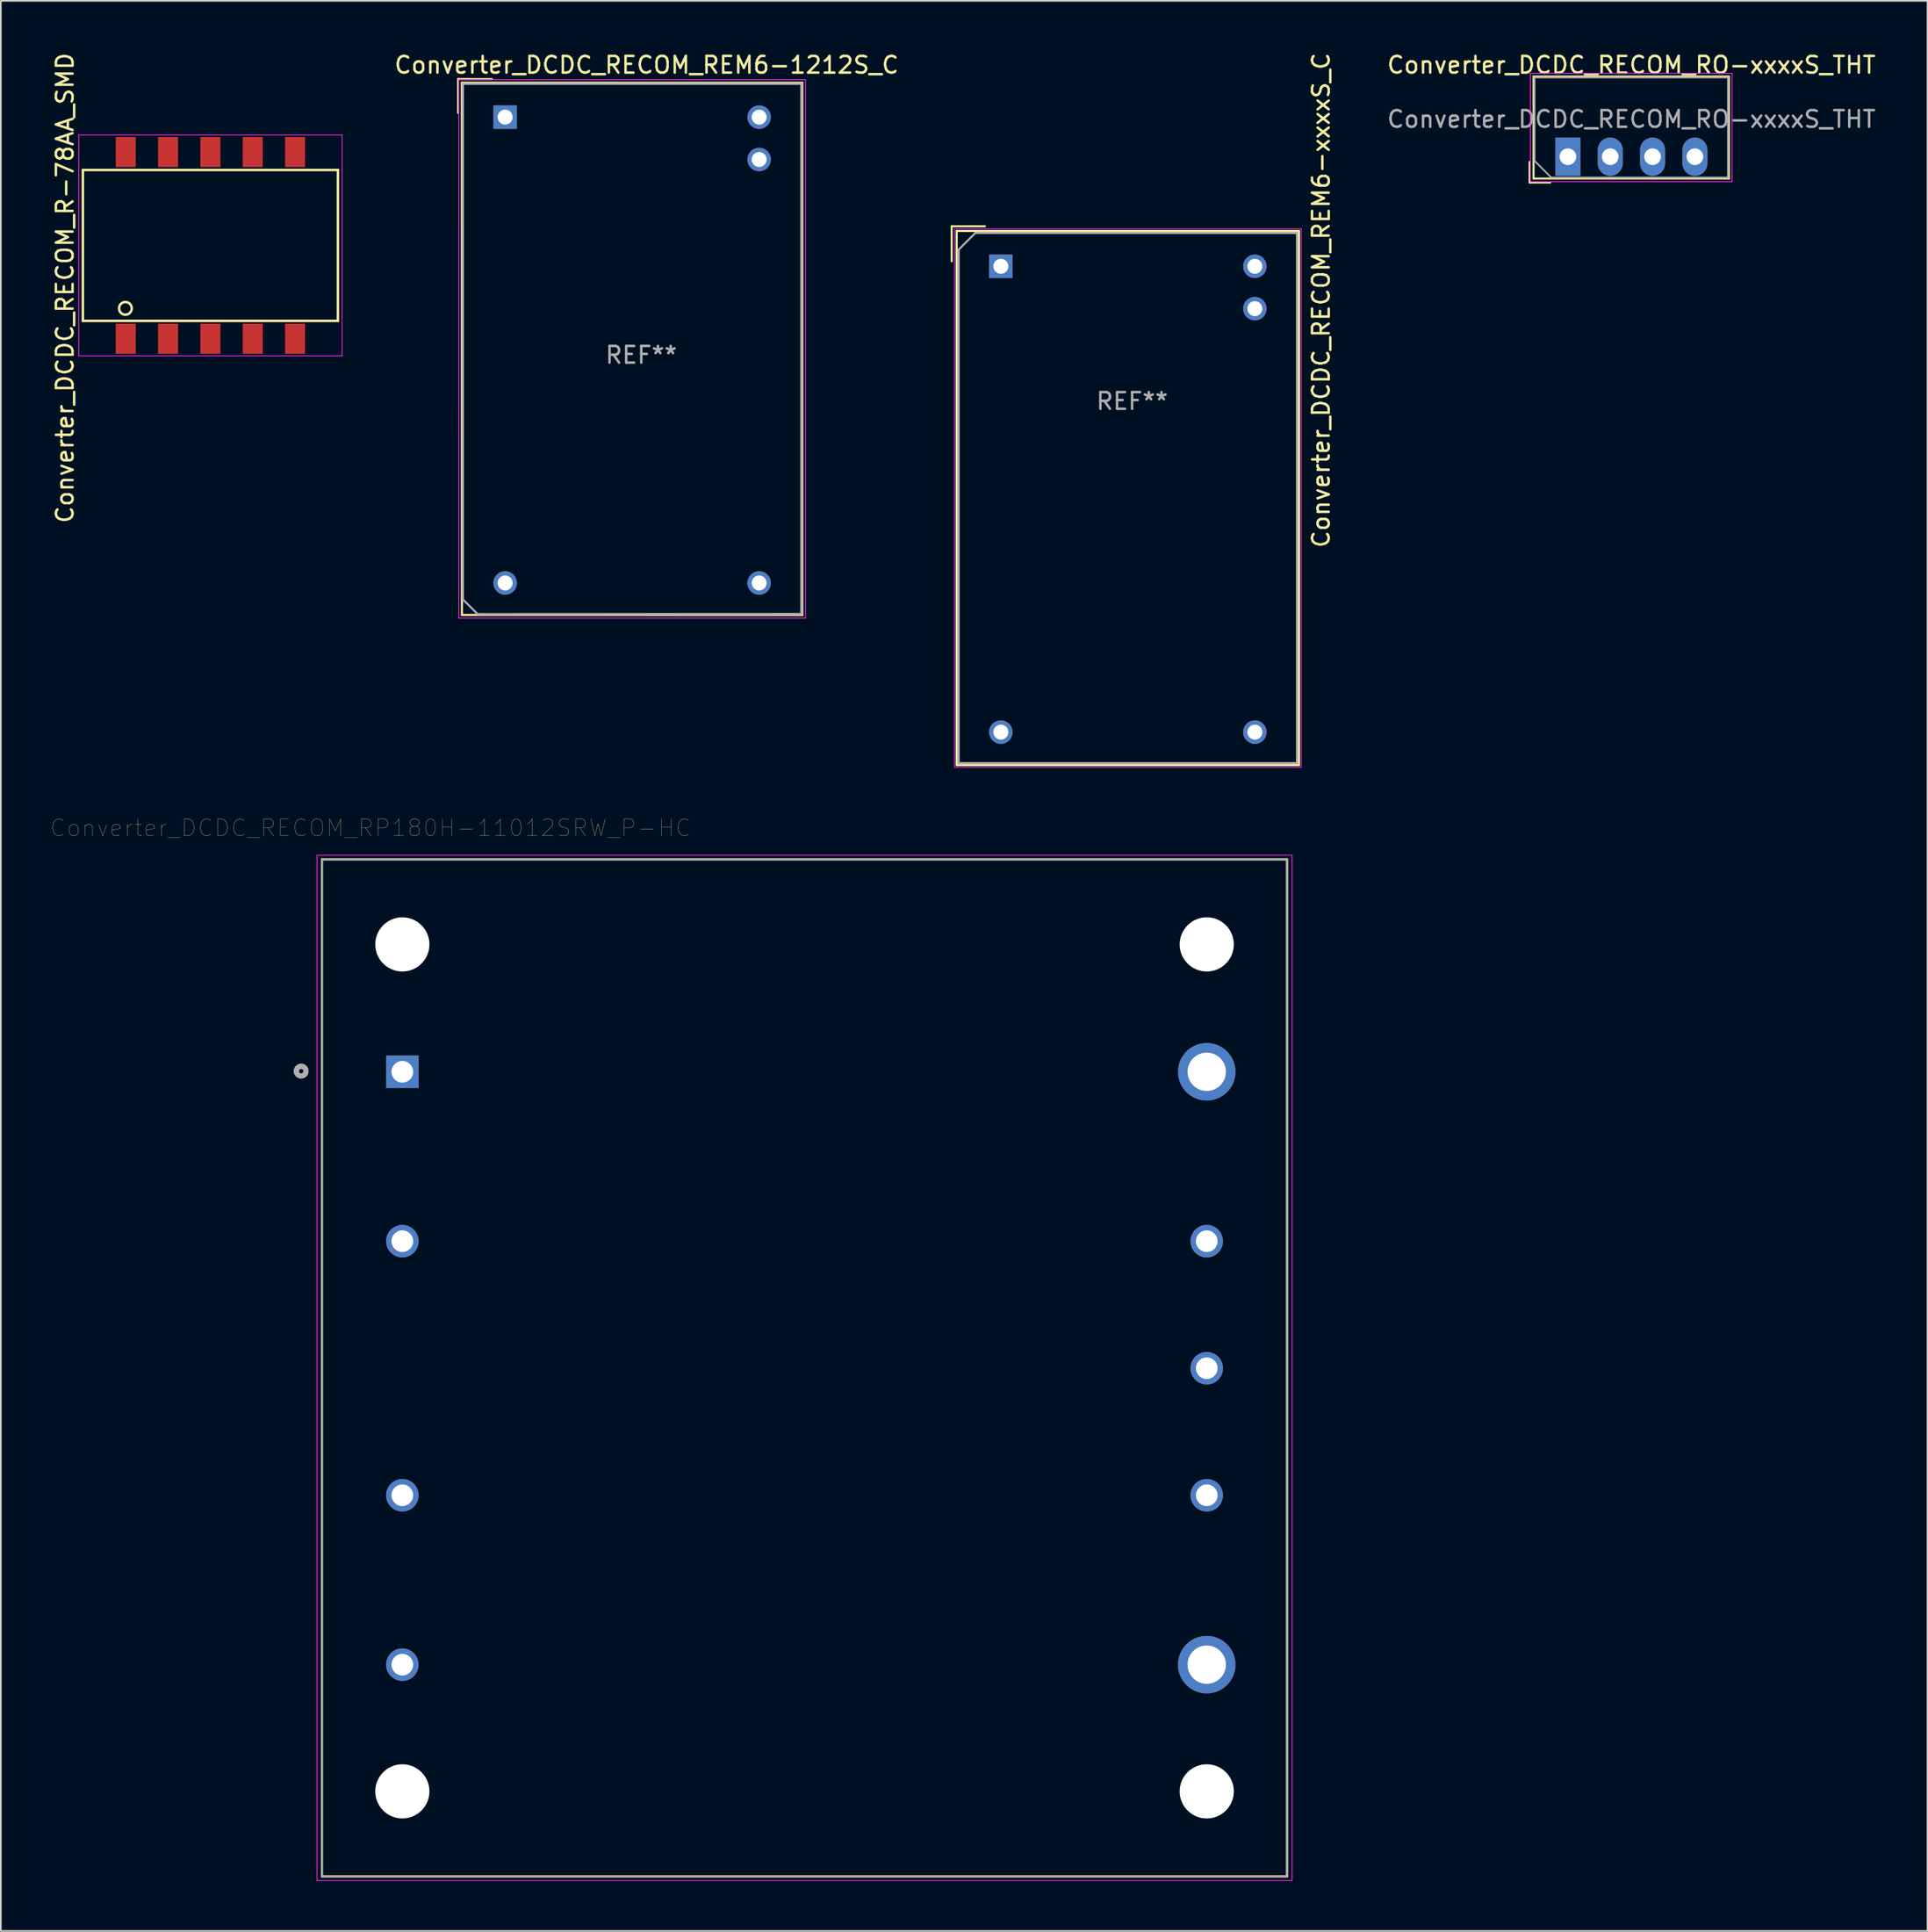
<source format=kicad_pcb>
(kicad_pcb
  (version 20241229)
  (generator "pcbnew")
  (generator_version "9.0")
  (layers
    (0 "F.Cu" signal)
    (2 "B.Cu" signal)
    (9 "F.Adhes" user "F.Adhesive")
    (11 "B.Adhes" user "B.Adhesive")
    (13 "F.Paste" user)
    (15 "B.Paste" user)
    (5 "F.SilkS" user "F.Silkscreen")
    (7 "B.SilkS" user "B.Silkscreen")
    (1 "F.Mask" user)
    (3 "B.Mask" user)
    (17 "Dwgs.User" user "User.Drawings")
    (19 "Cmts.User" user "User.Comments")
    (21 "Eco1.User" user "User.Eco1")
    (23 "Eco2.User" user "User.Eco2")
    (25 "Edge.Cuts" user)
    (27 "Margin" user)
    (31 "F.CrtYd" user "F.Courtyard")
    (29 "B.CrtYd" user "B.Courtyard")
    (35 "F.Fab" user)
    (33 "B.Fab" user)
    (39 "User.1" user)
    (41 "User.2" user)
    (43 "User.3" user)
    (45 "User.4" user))
  (footprint "Converter_DCDC_RECOM_RP180H-11012SRW_P-HC"
    (layer "F.Cu")
    (at 45.219 78.995)
    (property "Reference" "Converter_DCDC_RECOM_RP180H-11012SRW_P-HC" (at -26.035 -32.385 0) (layer "F.SilkS") (effects (font (size 1 1) (thickness 0.015))))
    (attr through_hole)
    (fp_line (start -28.95 -30.5) (end -28.95 30.5) (stroke (width 0.127) (type solid)) (layer "F.SilkS"))
    (fp_line (start -28.95 30.5) (end 28.95 30.5) (stroke (width 0.127) (type solid)) (layer "F.SilkS"))
    (fp_line (start 28.95 -30.5) (end -28.95 -30.5) (stroke (width 0.127) (type solid)) (layer "F.SilkS"))
    (fp_line (start 28.95 30.5) (end 28.95 -30.5) (stroke (width 0.127) (type solid)) (layer "F.SilkS"))
    (fp_circle (center -30.2 -17.8) (end -30.059 -17.8) (stroke (width 0.3) (type solid)) (fill no) (layer "F.SilkS"))
    (fp_line (start -29.25 -30.75) (end 29.25 -30.75) (stroke (width 0.05) (type solid)) (layer "F.CrtYd"))
    (fp_line (start -29.25 30.75) (end -29.25 -30.75) (stroke (width 0.05) (type solid)) (layer "F.CrtYd"))
    (fp_line (start 29.25 -30.75) (end 29.25 30.75) (stroke (width 0.05) (type solid)) (layer "F.CrtYd"))
    (fp_line (start 29.25 30.75) (end -29.25 30.75) (stroke (width 0.05) (type solid)) (layer "F.CrtYd"))
    (fp_line (start -28.95 -30.5) (end -28.95 30.5) (stroke (width 0.127) (type solid)) (layer "F.Fab"))
    (fp_line (start -28.95 30.5) (end 28.95 30.5) (stroke (width 0.127) (type solid)) (layer "F.Fab"))
    (fp_line (start 28.95 -30.5) (end -28.95 -30.5) (stroke (width 0.127) (type solid)) (layer "F.Fab"))
    (fp_line (start 28.95 30.5) (end 28.95 -30.5) (stroke (width 0.127) (type solid)) (layer "F.Fab"))
    (fp_circle (center -30.2 -17.8) (end -30.059 -17.8) (stroke (width 0.3) (type solid)) (fill no) (layer "F.Fab"))
    (pad "" np_thru_hole circle (at -24.13 -25.4) (size 3.25 3.25) (drill 3.25) (layers "*.Cu" "*.Mask"))
    (pad "" np_thru_hole circle (at -24.13 25.4) (size 3.25 3.25) (drill 3.25) (layers "*.Cu" "*.Mask"))
    (pad "" np_thru_hole circle (at 24.13 -25.4) (size 3.25 3.25) (drill 3.25) (layers "*.Cu" "*.Mask"))
    (pad "" np_thru_hole circle (at 24.13 25.4) (size 3.25 3.25) (drill 3.25) (layers "*.Cu" "*.Mask"))
    (pad "1" thru_hole rect (at -24.13 -17.76) (size 1.95 1.95) (drill 1.3) (layers "*.Cu" "*.Mask"))
    (pad "2" thru_hole circle (at -24.13 -7.6) (size 1.95 1.95) (drill 1.3) (layers "*.Cu" "*.Mask"))
    (pad "3" thru_hole circle (at -24.13 7.64) (size 1.95 1.95) (drill 1.3) (layers "*.Cu" "*.Mask"))
    (pad "4" thru_hole circle (at -24.13 17.8) (size 1.95 1.95) (drill 1.3) (layers "*.Cu" "*.Mask"))
    (pad "5" thru_hole circle (at 24.13 17.8) (size 3.45 3.45) (drill 2.3) (layers "*.Cu" "*.Mask"))
    (pad "6" thru_hole circle (at 24.13 7.64) (size 1.95 1.95) (drill 1.3) (layers "*.Cu" "*.Mask"))
    (pad "7" thru_hole circle (at 24.13 0.02) (size 1.95 1.95) (drill 1.3) (layers "*.Cu" "*.Mask"))
    (pad "8" thru_hole circle (at 24.13 -7.6) (size 1.95 1.95) (drill 1.3) (layers "*.Cu" "*.Mask"))
    (pad "9" thru_hole circle (at 24.13 -17.76) (size 3.45 3.45) (drill 2.3) (layers "*.Cu" "*.Mask")))
  (footprint "Converter_DCDC_RECOM_R-78AA_SMD"
    (layer "F.Cu")
    (at 9.573 11.67)
    (property "Reference" "Converter_DCDC_RECOM_R-78AA_SMD" (at -8.725 2.55 90) (layer "F.SilkS") (effects (font (size 1 1) (thickness 0.15))))
    (attr smd)
    (fp_line (start -7.65 -4.525) (end 7.65 -4.525) (stroke (width 0.15) (type solid)) (layer "F.SilkS"))
    (fp_line (start -7.65 4.525) (end -7.65 -4.525) (stroke (width 0.15) (type solid)) (layer "F.SilkS"))
    (fp_line (start -7.65 4.525) (end 7.65 4.525) (stroke (width 0.15) (type solid)) (layer "F.SilkS"))
    (fp_line (start 7.65 4.525) (end 7.65 -4.525) (stroke (width 0.15) (type solid)) (layer "F.SilkS"))
    (fp_circle (center -5.1 3.775) (end -4.719 3.775) (stroke (width 0.15) (type solid)) (fill no) (layer "F.SilkS"))
    (fp_line (start -7.9 6.625) (end -7.9 -6.625) (stroke (width 0.05) (type solid)) (layer "F.CrtYd"))
    (fp_line (start 7.9 -6.625) (end -7.9 -6.625) (stroke (width 0.05) (type solid)) (layer "F.CrtYd"))
    (fp_line (start 7.9 6.625) (end -7.9 6.625) (stroke (width 0.05) (type solid)) (layer "F.CrtYd"))
    (fp_line (start 7.9 6.625) (end 7.9 -6.625) (stroke (width 0.05) (type solid)) (layer "F.CrtYd"))
    (pad "1" smd rect (at -5.08 5.6) (size 1.2 1.8) (layers "F.Cu" "F.Mask" "F.Paste"))
    (pad "2" smd rect (at -2.54 5.6) (size 1.2 1.8) (layers "F.Cu" "F.Mask" "F.Paste"))
    (pad "3" smd rect (at 0 5.6) (size 1.2 1.8) (layers "F.Cu" "F.Mask" "F.Paste"))
    (pad "4" smd rect (at 2.54 5.6) (size 1.2 1.8) (layers "F.Cu" "F.Mask" "F.Paste"))
    (pad "5" smd rect (at 5.08 5.6) (size 1.2 1.8) (layers "F.Cu" "F.Mask" "F.Paste"))
    (pad "6" smd rect (at 5.08 -5.6) (size 1.2 1.8) (layers "F.Cu" "F.Mask" "F.Paste"))
    (pad "7" smd rect (at 2.54 -5.6) (size 1.2 1.8) (layers "F.Cu" "F.Mask" "F.Paste"))
    (pad "8" smd rect (at 0 -5.6) (size 1.2 1.8) (layers "F.Cu" "F.Mask" "F.Paste"))
    (pad "9" smd rect (at -2.54 -5.6) (size 1.2 1.8) (layers "F.Cu" "F.Mask" "F.Paste"))
    (pad "10" smd rect (at -5.08 -5.6) (size 1.2 1.8) (layers "F.Cu" "F.Mask" "F.Paste")))
  (footprint "Converter_DCDC_RECOM_REM6-xxxxS_C"
    (layer "F.Cu")
    (at 56.996 12.923)
    (property "Reference" "Converter_DCDC_RECOM_REM6-xxxxS_C" (at 19.215 2.035 270) (layer "F.SilkS") (effects (font (size 1 1) (thickness 0.15))))
    (attr through_hole)
    (fp_line (start -2.95 -2.4) (end -2.95 -0.3) (stroke (width 0.12) (type solid)) (layer "F.SilkS"))
    (fp_line (start -2.95 -2.4) (end -0.95 -2.4) (stroke (width 0.12) (type solid)) (layer "F.SilkS"))
    (fp_line (start -2.65 -2.12) (end -2.65 29.92) (stroke (width 0.127) (type solid)) (layer "F.SilkS"))
    (fp_line (start -2.65 29.92) (end 17.89 29.92) (stroke (width 0.127) (type solid)) (layer "F.SilkS"))
    (fp_line (start 17.89 -2.12) (end -2.65 -2.12) (stroke (width 0.127) (type solid)) (layer "F.SilkS"))
    (fp_line (start 17.89 29.92) (end 17.89 -2.12) (stroke (width 0.127) (type solid)) (layer "F.SilkS"))
    (fp_line (start -2.78 -2.25) (end -2.78 30.05) (stroke (width 0.05) (type solid)) (layer "F.CrtYd"))
    (fp_line (start -2.78 30.05) (end 18.02 30.05) (stroke (width 0.05) (type solid)) (layer "F.CrtYd"))
    (fp_line (start 18.02 -2.25) (end -2.78 -2.25) (stroke (width 0.05) (type solid)) (layer "F.CrtYd"))
    (fp_line (start 18.02 30.05) (end 18.02 -2.25) (stroke (width 0.05) (type solid)) (layer "F.CrtYd"))
    (fp_line (start -2.53 -1) (end -2.53 29.8) (stroke (width 0.127) (type solid)) (layer "F.Fab"))
    (fp_line (start -2.53 29.8) (end 17.77 29.8) (stroke (width 0.127) (type solid)) (layer "F.Fab"))
    (fp_line (start -1.53 -2) (end -2.53 -1) (stroke (width 0.12) (type solid)) (layer "F.Fab"))
    (fp_line (start 17.77 -2) (end -1.53 -2) (stroke (width 0.127) (type solid)) (layer "F.Fab"))
    (fp_line (start 17.77 29.8) (end 17.77 -2) (stroke (width 0.127) (type solid)) (layer "F.Fab"))
    (fp_text user "REF**" (at 7.877 8.09 0) (layer "F.Fab") (effects (font (size 1 1) (thickness 0.15))))
    (pad "1" thru_hole rect (at 0 0 270) (size 1.408 1.408) (drill 0.9) (layers "*.Cu" "*.Mask"))
    (pad "12" thru_hole circle (at 0 27.94 270) (size 1.408 1.408) (drill 0.9) (layers "*.Cu" "*.Mask"))
    (pad "13" thru_hole circle (at 15.24 27.94 270) (size 1.408 1.408) (drill 0.9) (layers "*.Cu" "*.Mask"))
    (pad "23" thru_hole circle (at 15.24 2.54 270) (size 1.408 1.408) (drill 0.9) (layers "*.Cu" "*.Mask"))
    (pad "24" thru_hole circle (at 15.24 0 270) (size 1.408 1.408) (drill 0.9) (layers "*.Cu" "*.Mask")))
  (footprint "Converter_DCDC_RECOM_REM6-1212S_C"
    (layer "F.Cu")
    (at 27.233 3.967)
    (property "Reference" "Converter_DCDC_RECOM_REM6-1212S_C" (at 8.509 -3.119 0) (layer "F.SilkS") (effects (font (size 1 1) (thickness 0.15))))
    (attr through_hole)
    (fp_line (start -2.799 -2.276) (end -2.797 -0.244) (stroke (width 0.12) (type solid)) (layer "F.SilkS"))
    (fp_line (start -2.799 -2.276) (end -0.77 -2.273) (stroke (width 0.12) (type solid)) (layer "F.SilkS"))
    (fp_line (start -2.573 -2.057) (end -2.57 29.865) (stroke (width 0.127) (type solid)) (layer "F.SilkS"))
    (fp_line (start -2.57 29.865) (end 17.849 29.868) (stroke (width 0.127) (type solid)) (layer "F.SilkS"))
    (fp_line (start 17.849 -2.052) (end -2.573 -2.057) (stroke (width 0.127) (type solid)) (layer "F.SilkS"))
    (fp_line (start 17.849 29.868) (end 17.849 -2.052) (stroke (width 0.127) (type solid)) (layer "F.SilkS"))
    (fp_line (start -2.757 -2.24) (end -2.757 30.06) (stroke (width 0.05) (type solid)) (layer "F.CrtYd"))
    (fp_line (start -2.757 30.06) (end 18.043 30.06) (stroke (width 0.05) (type solid)) (layer "F.CrtYd"))
    (fp_line (start 18.043 -2.24) (end -2.757 -2.24) (stroke (width 0.05) (type solid)) (layer "F.CrtYd"))
    (fp_line (start 18.043 30.06) (end 18.043 -2.24) (stroke (width 0.05) (type solid)) (layer "F.CrtYd"))
    (fp_line (start -2.507 28.938) (end -2.507 -1.99) (stroke (width 0.12) (type solid)) (layer "F.Fab"))
    (fp_line (start -1.628 29.817) (end -2.507 28.938) (stroke (width 0.12) (type solid)) (layer "F.Fab"))
    (fp_line (start -1.628 29.817) (end 17.793 29.81) (stroke (width 0.127) (type solid)) (layer "F.Fab"))
    (fp_line (start 17.793 -1.99) (end -2.507 -1.99) (stroke (width 0.127) (type solid)) (layer "F.Fab"))
    (fp_line (start 17.793 29.81) (end 17.793 -1.99) (stroke (width 0.127) (type solid)) (layer "F.Fab"))
    (fp_text user "REF**" (at 8.191 14.277 180) (layer "F.Fab") (effects (font (size 1 1) (thickness 0.15))))
    (pad "1" thru_hole rect (at 0.023 0.008 180) (size 1.408 1.408) (drill 0.9) (layers "*.Cu" "*.Mask"))
    (pad "12" thru_hole circle (at 0.023 27.95 270) (size 1.408 1.408) (drill 0.9) (layers "*.Cu" "*.Mask"))
    (pad "13" thru_hole circle (at 15.263 27.95 270) (size 1.408 1.408) (drill 0.9) (layers "*.Cu" "*.Mask"))
    (pad "23" thru_hole circle (at 15.263 2.55 270) (size 1.408 1.408) (drill 0.9) (layers "*.Cu" "*.Mask"))
    (pad "24" thru_hole circle (at 15.263 0.01 270) (size 1.408 1.408) (drill 0.9) (layers "*.Cu" "*.Mask")))
  (footprint "Converter_DCDC_RECOM_RO-xxxxS_THT"
    (layer "F.Cu")
    (at 91.017 6.348)
    (property "Reference" "Converter_DCDC_RECOM_RO-xxxxS_THT" (at 3.81 -5.5 0) (layer "F.SilkS") (effects (font (size 1 1) (thickness 0.15))))
    (attr through_hole)
    (fp_line (start -2.3 0.31) (end -2.3 1.55) (stroke (width 0.12) (type solid)) (layer "F.SilkS"))
    (fp_line (start -2.3 1.55) (end -1.06 1.55) (stroke (width 0.12) (type solid)) (layer "F.SilkS"))
    (fp_line (start -2.06 -4.81) (end -2.06 1.31) (stroke (width 0.12) (type solid)) (layer "F.SilkS"))
    (fp_line (start -2.06 -4.81) (end 9.66 -4.81) (stroke (width 0.12) (type solid)) (layer "F.SilkS"))
    (fp_line (start -2.06 1.31) (end 9.66 1.31) (stroke (width 0.12) (type solid)) (layer "F.SilkS"))
    (fp_line (start 9.66 -4.81) (end 9.66 1.31) (stroke (width 0.12) (type solid)) (layer "F.SilkS"))
    (fp_line (start -2.25 -5) (end -2.25 1.5) (stroke (width 0.05) (type solid)) (layer "F.CrtYd"))
    (fp_line (start -2.25 1.5) (end 9.85 1.5) (stroke (width 0.05) (type solid)) (layer "F.CrtYd"))
    (fp_line (start 9.85 -5) (end -2.25 -5) (stroke (width 0.05) (type solid)) (layer "F.CrtYd"))
    (fp_line (start 9.85 1.5) (end 9.85 -5) (stroke (width 0.05) (type solid)) (layer "F.CrtYd"))
    (fp_line (start -2 -4.75) (end 9.6 -4.75) (stroke (width 0.1) (type solid)) (layer "F.Fab"))
    (fp_line (start -2 0.25) (end -2 -4.75) (stroke (width 0.1) (type solid)) (layer "F.Fab"))
    (fp_line (start -1 1.25) (end -2 0.25) (stroke (width 0.1) (type solid)) (layer "F.Fab"))
    (fp_line (start 9.6 -4.75) (end 9.6 1.25) (stroke (width 0.1) (type solid)) (layer "F.Fab"))
    (fp_line (start 9.6 1.25) (end -1 1.25) (stroke (width 0.1) (type solid)) (layer "F.Fab"))
    (fp_text user "${REFERENCE}" (at 3.81 -2.25 0) (layer "F.Fab") (effects (font (size 1 1) (thickness 0.15))))
    (pad "1" thru_hole rect (at 0 0) (size 1.5 2.3) (drill 1) (layers "*.Cu" "*.Mask"))
    (pad "2" thru_hole oval (at 2.54 0) (size 1.5 2.3) (drill 1) (layers "*.Cu" "*.Mask"))
    (pad "3" thru_hole oval (at 5.08 0) (size 1.5 2.3) (drill 1) (layers "*.Cu" "*.Mask"))
    (pad "4" thru_hole oval (at 7.62 0) (size 1.5 2.3) (drill 1) (layers "*.Cu" "*.Mask")))
  (gr_rect
    (start -3 -3)
    (end 112.595 112.77)
    (stroke (width 0.1) (type default))
    (fill no)
    (layer "Edge.Cuts")))
</source>
